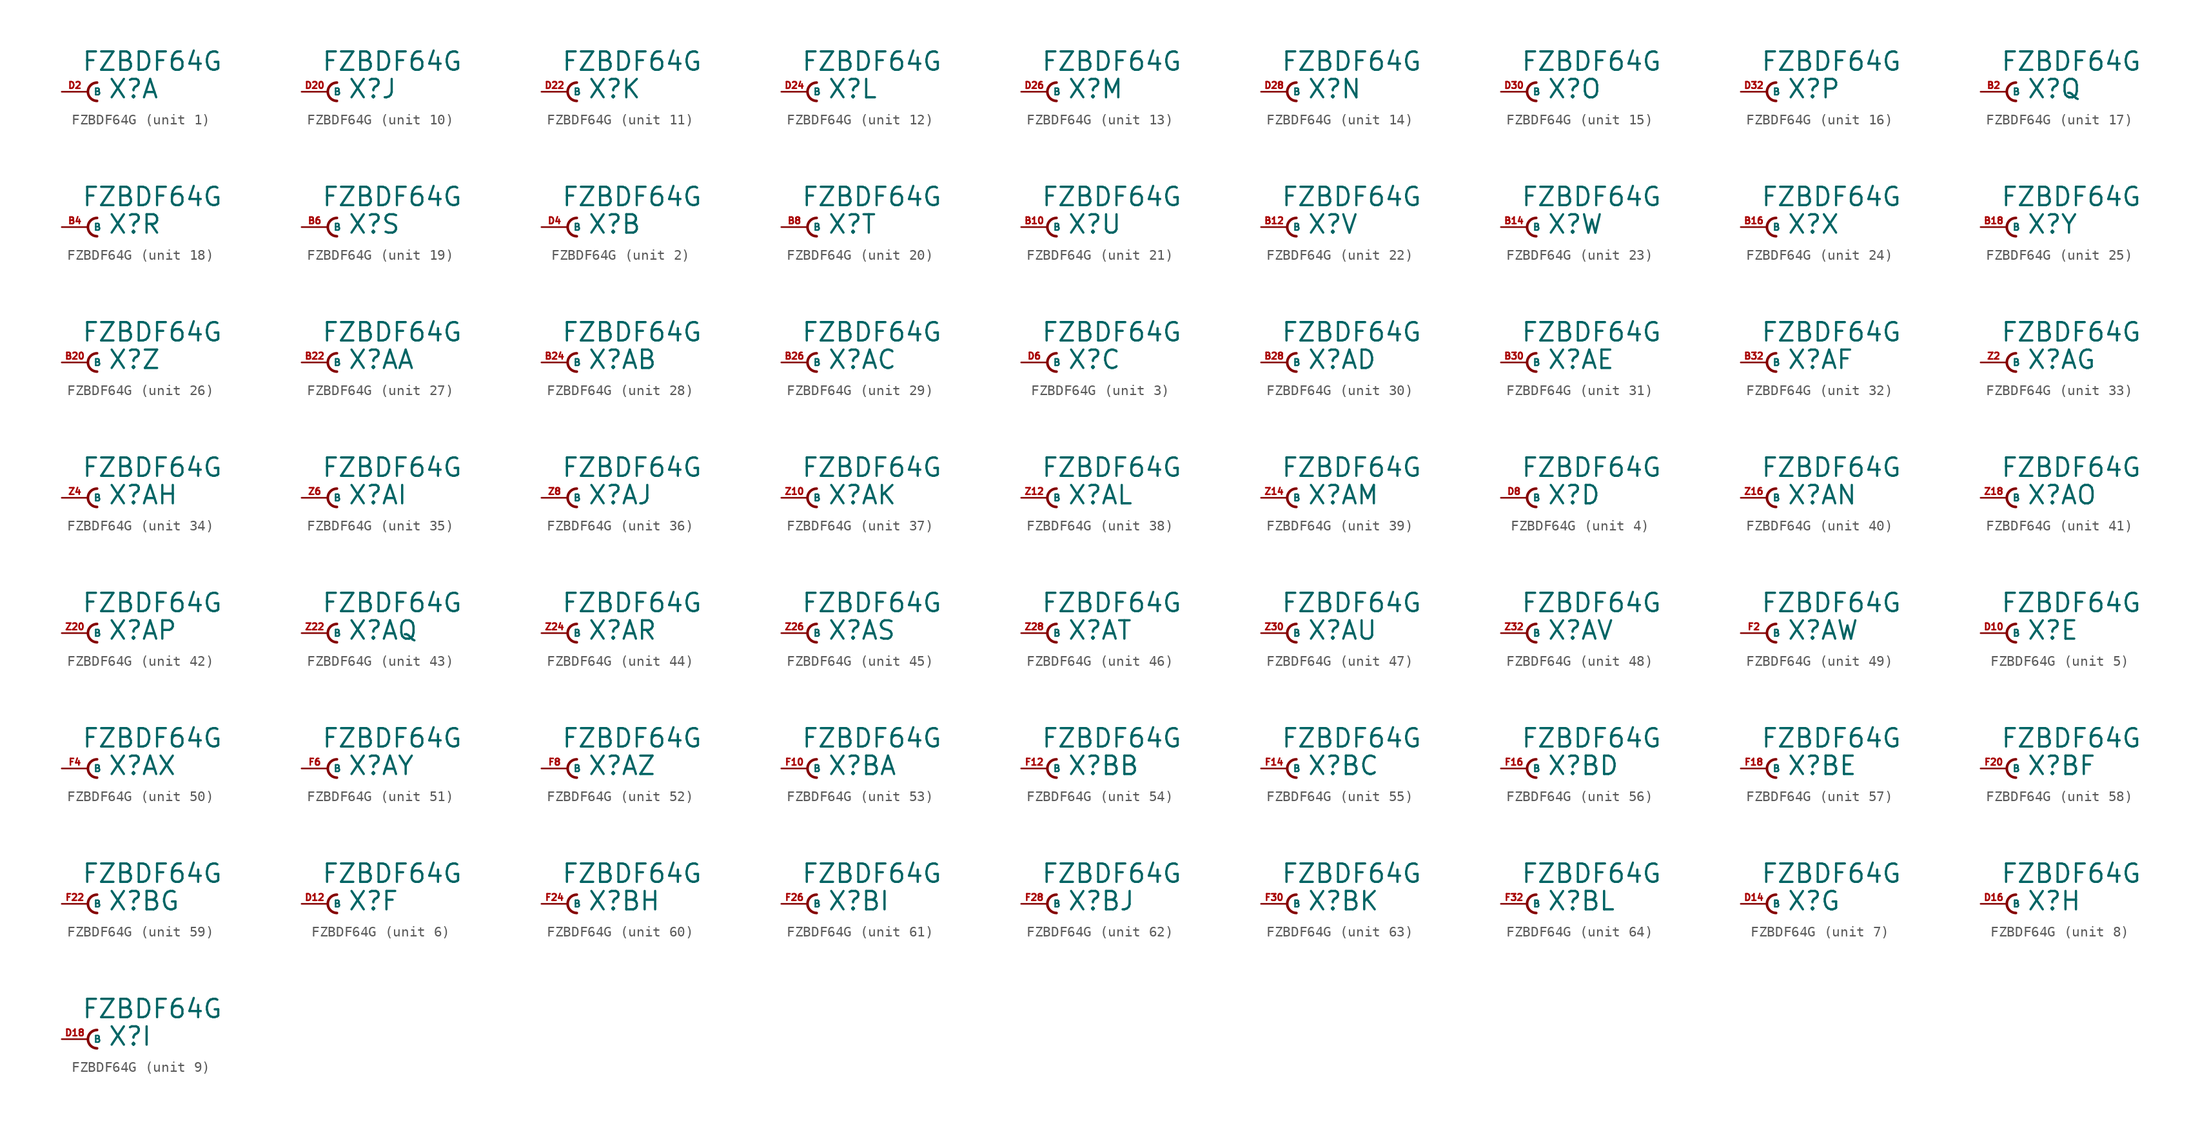
<source format=kicad_sym>
(kicad_symbol_lib
  (version 20220914)
  (generator Eagle2Kicad)
  (symbol "FZBDF64G"
    (property "Reference" "X"
      (at 1.905 -0.762 0)
      (effects (font (size 1.778 1.778) (thickness 0.22)) (justify left bottom)))
    (property "Value" "FZBDF64G"
      (at -0.635 1.905 0)
      (effects (font (size 1.778 1.778) (thickness 0.22)) (justify left bottom)))
    (symbol "FZBDF64G_1_0"
      (arc (start 0.889 0.889) (mid 0.000 0.000) (end 0.889 -0.889) (stroke (width 0.254) (type default)) (fill (type none)))
      (pin passive line (at -2.54 0 0) (length 2.54) (name "B" (effects (font (size 0.635 0.635) (thickness 0.08)) (justify left bottom))) (number "D2" (effects (font (size 0.635 0.635) (thickness 0.08)) (justify left bottom)))))
    (symbol "FZBDF64G_2_0"
      (arc (start 0.889 0.889) (mid 0.000 0.000) (end 0.889 -0.889) (stroke (width 0.254) (type default)) (fill (type none)))
      (pin passive line (at -2.54 0 0) (length 2.54) (name "B" (effects (font (size 0.635 0.635) (thickness 0.08)) (justify left bottom))) (number "D4" (effects (font (size 0.635 0.635) (thickness 0.08)) (justify left bottom)))))
    (symbol "FZBDF64G_3_0"
      (arc (start 0.889 0.889) (mid 0.000 0.000) (end 0.889 -0.889) (stroke (width 0.254) (type default)) (fill (type none)))
      (pin passive line (at -2.54 0 0) (length 2.54) (name "B" (effects (font (size 0.635 0.635) (thickness 0.08)) (justify left bottom))) (number "D6" (effects (font (size 0.635 0.635) (thickness 0.08)) (justify left bottom)))))
    (symbol "FZBDF64G_4_0"
      (arc (start 0.889 0.889) (mid 0.000 0.000) (end 0.889 -0.889) (stroke (width 0.254) (type default)) (fill (type none)))
      (pin passive line (at -2.54 0 0) (length 2.54) (name "B" (effects (font (size 0.635 0.635) (thickness 0.08)) (justify left bottom))) (number "D8" (effects (font (size 0.635 0.635) (thickness 0.08)) (justify left bottom)))))
    (symbol "FZBDF64G_5_0"
      (arc (start 0.889 0.889) (mid 0.000 0.000) (end 0.889 -0.889) (stroke (width 0.254) (type default)) (fill (type none)))
      (pin passive line (at -2.54 0 0) (length 2.54) (name "B" (effects (font (size 0.635 0.635) (thickness 0.08)) (justify left bottom))) (number "D10" (effects (font (size 0.635 0.635) (thickness 0.08)) (justify left bottom)))))
    (symbol "FZBDF64G_6_0"
      (arc (start 0.889 0.889) (mid 0.000 0.000) (end 0.889 -0.889) (stroke (width 0.254) (type default)) (fill (type none)))
      (pin passive line (at -2.54 0 0) (length 2.54) (name "B" (effects (font (size 0.635 0.635) (thickness 0.08)) (justify left bottom))) (number "D12" (effects (font (size 0.635 0.635) (thickness 0.08)) (justify left bottom)))))
    (symbol "FZBDF64G_7_0"
      (arc (start 0.889 0.889) (mid 0.000 0.000) (end 0.889 -0.889) (stroke (width 0.254) (type default)) (fill (type none)))
      (pin passive line (at -2.54 0 0) (length 2.54) (name "B" (effects (font (size 0.635 0.635) (thickness 0.08)) (justify left bottom))) (number "D14" (effects (font (size 0.635 0.635) (thickness 0.08)) (justify left bottom)))))
    (symbol "FZBDF64G_8_0"
      (arc (start 0.889 0.889) (mid 0.000 0.000) (end 0.889 -0.889) (stroke (width 0.254) (type default)) (fill (type none)))
      (pin passive line (at -2.54 0 0) (length 2.54) (name "B" (effects (font (size 0.635 0.635) (thickness 0.08)) (justify left bottom))) (number "D16" (effects (font (size 0.635 0.635) (thickness 0.08)) (justify left bottom)))))
    (symbol "FZBDF64G_9_0"
      (arc (start 0.889 0.889) (mid 0.000 0.000) (end 0.889 -0.889) (stroke (width 0.254) (type default)) (fill (type none)))
      (pin passive line (at -2.54 0 0) (length 2.54) (name "B" (effects (font (size 0.635 0.635) (thickness 0.08)) (justify left bottom))) (number "D18" (effects (font (size 0.635 0.635) (thickness 0.08)) (justify left bottom)))))
    (symbol "FZBDF64G_10_0"
      (arc (start 0.889 0.889) (mid 0.000 0.000) (end 0.889 -0.889) (stroke (width 0.254) (type default)) (fill (type none)))
      (pin passive line (at -2.54 0 0) (length 2.54) (name "B" (effects (font (size 0.635 0.635) (thickness 0.08)) (justify left bottom))) (number "D20" (effects (font (size 0.635 0.635) (thickness 0.08)) (justify left bottom)))))
    (symbol "FZBDF64G_11_0"
      (arc (start 0.889 0.889) (mid 0.000 0.000) (end 0.889 -0.889) (stroke (width 0.254) (type default)) (fill (type none)))
      (pin passive line (at -2.54 0 0) (length 2.54) (name "B" (effects (font (size 0.635 0.635) (thickness 0.08)) (justify left bottom))) (number "D22" (effects (font (size 0.635 0.635) (thickness 0.08)) (justify left bottom)))))
    (symbol "FZBDF64G_12_0"
      (arc (start 0.889 0.889) (mid 0.000 0.000) (end 0.889 -0.889) (stroke (width 0.254) (type default)) (fill (type none)))
      (pin passive line (at -2.54 0 0) (length 2.54) (name "B" (effects (font (size 0.635 0.635) (thickness 0.08)) (justify left bottom))) (number "D24" (effects (font (size 0.635 0.635) (thickness 0.08)) (justify left bottom)))))
    (symbol "FZBDF64G_13_0"
      (arc (start 0.889 0.889) (mid 0.000 0.000) (end 0.889 -0.889) (stroke (width 0.254) (type default)) (fill (type none)))
      (pin passive line (at -2.54 0 0) (length 2.54) (name "B" (effects (font (size 0.635 0.635) (thickness 0.08)) (justify left bottom))) (number "D26" (effects (font (size 0.635 0.635) (thickness 0.08)) (justify left bottom)))))
    (symbol "FZBDF64G_14_0"
      (arc (start 0.889 0.889) (mid 0.000 0.000) (end 0.889 -0.889) (stroke (width 0.254) (type default)) (fill (type none)))
      (pin passive line (at -2.54 0 0) (length 2.54) (name "B" (effects (font (size 0.635 0.635) (thickness 0.08)) (justify left bottom))) (number "D28" (effects (font (size 0.635 0.635) (thickness 0.08)) (justify left bottom)))))
    (symbol "FZBDF64G_15_0"
      (arc (start 0.889 0.889) (mid 0.000 0.000) (end 0.889 -0.889) (stroke (width 0.254) (type default)) (fill (type none)))
      (pin passive line (at -2.54 0 0) (length 2.54) (name "B" (effects (font (size 0.635 0.635) (thickness 0.08)) (justify left bottom))) (number "D30" (effects (font (size 0.635 0.635) (thickness 0.08)) (justify left bottom)))))
    (symbol "FZBDF64G_16_0"
      (arc (start 0.889 0.889) (mid 0.000 0.000) (end 0.889 -0.889) (stroke (width 0.254) (type default)) (fill (type none)))
      (pin passive line (at -2.54 0 0) (length 2.54) (name "B" (effects (font (size 0.635 0.635) (thickness 0.08)) (justify left bottom))) (number "D32" (effects (font (size 0.635 0.635) (thickness 0.08)) (justify left bottom)))))
    (symbol "FZBDF64G_17_0"
      (arc (start 0.889 0.889) (mid 0.000 0.000) (end 0.889 -0.889) (stroke (width 0.254) (type default)) (fill (type none)))
      (pin passive line (at -2.54 0 0) (length 2.54) (name "B" (effects (font (size 0.635 0.635) (thickness 0.08)) (justify left bottom))) (number "B2" (effects (font (size 0.635 0.635) (thickness 0.08)) (justify left bottom)))))
    (symbol "FZBDF64G_18_0"
      (arc (start 0.889 0.889) (mid 0.000 0.000) (end 0.889 -0.889) (stroke (width 0.254) (type default)) (fill (type none)))
      (pin passive line (at -2.54 0 0) (length 2.54) (name "B" (effects (font (size 0.635 0.635) (thickness 0.08)) (justify left bottom))) (number "B4" (effects (font (size 0.635 0.635) (thickness 0.08)) (justify left bottom)))))
    (symbol "FZBDF64G_19_0"
      (arc (start 0.889 0.889) (mid 0.000 0.000) (end 0.889 -0.889) (stroke (width 0.254) (type default)) (fill (type none)))
      (pin passive line (at -2.54 0 0) (length 2.54) (name "B" (effects (font (size 0.635 0.635) (thickness 0.08)) (justify left bottom))) (number "B6" (effects (font (size 0.635 0.635) (thickness 0.08)) (justify left bottom)))))
    (symbol "FZBDF64G_20_0"
      (arc (start 0.889 0.889) (mid 0.000 0.000) (end 0.889 -0.889) (stroke (width 0.254) (type default)) (fill (type none)))
      (pin passive line (at -2.54 0 0) (length 2.54) (name "B" (effects (font (size 0.635 0.635) (thickness 0.08)) (justify left bottom))) (number "B8" (effects (font (size 0.635 0.635) (thickness 0.08)) (justify left bottom)))))
    (symbol "FZBDF64G_21_0"
      (arc (start 0.889 0.889) (mid 0.000 0.000) (end 0.889 -0.889) (stroke (width 0.254) (type default)) (fill (type none)))
      (pin passive line (at -2.54 0 0) (length 2.54) (name "B" (effects (font (size 0.635 0.635) (thickness 0.08)) (justify left bottom))) (number "B10" (effects (font (size 0.635 0.635) (thickness 0.08)) (justify left bottom)))))
    (symbol "FZBDF64G_22_0"
      (arc (start 0.889 0.889) (mid 0.000 0.000) (end 0.889 -0.889) (stroke (width 0.254) (type default)) (fill (type none)))
      (pin passive line (at -2.54 0 0) (length 2.54) (name "B" (effects (font (size 0.635 0.635) (thickness 0.08)) (justify left bottom))) (number "B12" (effects (font (size 0.635 0.635) (thickness 0.08)) (justify left bottom)))))
    (symbol "FZBDF64G_23_0"
      (arc (start 0.889 0.889) (mid 0.000 0.000) (end 0.889 -0.889) (stroke (width 0.254) (type default)) (fill (type none)))
      (pin passive line (at -2.54 0 0) (length 2.54) (name "B" (effects (font (size 0.635 0.635) (thickness 0.08)) (justify left bottom))) (number "B14" (effects (font (size 0.635 0.635) (thickness 0.08)) (justify left bottom)))))
    (symbol "FZBDF64G_24_0"
      (arc (start 0.889 0.889) (mid 0.000 0.000) (end 0.889 -0.889) (stroke (width 0.254) (type default)) (fill (type none)))
      (pin passive line (at -2.54 0 0) (length 2.54) (name "B" (effects (font (size 0.635 0.635) (thickness 0.08)) (justify left bottom))) (number "B16" (effects (font (size 0.635 0.635) (thickness 0.08)) (justify left bottom)))))
    (symbol "FZBDF64G_25_0"
      (arc (start 0.889 0.889) (mid 0.000 0.000) (end 0.889 -0.889) (stroke (width 0.254) (type default)) (fill (type none)))
      (pin passive line (at -2.54 0 0) (length 2.54) (name "B" (effects (font (size 0.635 0.635) (thickness 0.08)) (justify left bottom))) (number "B18" (effects (font (size 0.635 0.635) (thickness 0.08)) (justify left bottom)))))
    (symbol "FZBDF64G_26_0"
      (arc (start 0.889 0.889) (mid 0.000 0.000) (end 0.889 -0.889) (stroke (width 0.254) (type default)) (fill (type none)))
      (pin passive line (at -2.54 0 0) (length 2.54) (name "B" (effects (font (size 0.635 0.635) (thickness 0.08)) (justify left bottom))) (number "B20" (effects (font (size 0.635 0.635) (thickness 0.08)) (justify left bottom)))))
    (symbol "FZBDF64G_27_0"
      (arc (start 0.889 0.889) (mid 0.000 0.000) (end 0.889 -0.889) (stroke (width 0.254) (type default)) (fill (type none)))
      (pin passive line (at -2.54 0 0) (length 2.54) (name "B" (effects (font (size 0.635 0.635) (thickness 0.08)) (justify left bottom))) (number "B22" (effects (font (size 0.635 0.635) (thickness 0.08)) (justify left bottom)))))
    (symbol "FZBDF64G_28_0"
      (arc (start 0.889 0.889) (mid 0.000 0.000) (end 0.889 -0.889) (stroke (width 0.254) (type default)) (fill (type none)))
      (pin passive line (at -2.54 0 0) (length 2.54) (name "B" (effects (font (size 0.635 0.635) (thickness 0.08)) (justify left bottom))) (number "B24" (effects (font (size 0.635 0.635) (thickness 0.08)) (justify left bottom)))))
    (symbol "FZBDF64G_29_0"
      (arc (start 0.889 0.889) (mid 0.000 0.000) (end 0.889 -0.889) (stroke (width 0.254) (type default)) (fill (type none)))
      (pin passive line (at -2.54 0 0) (length 2.54) (name "B" (effects (font (size 0.635 0.635) (thickness 0.08)) (justify left bottom))) (number "B26" (effects (font (size 0.635 0.635) (thickness 0.08)) (justify left bottom)))))
    (symbol "FZBDF64G_30_0"
      (arc (start 0.889 0.889) (mid 0.000 0.000) (end 0.889 -0.889) (stroke (width 0.254) (type default)) (fill (type none)))
      (pin passive line (at -2.54 0 0) (length 2.54) (name "B" (effects (font (size 0.635 0.635) (thickness 0.08)) (justify left bottom))) (number "B28" (effects (font (size 0.635 0.635) (thickness 0.08)) (justify left bottom)))))
    (symbol "FZBDF64G_31_0"
      (arc (start 0.889 0.889) (mid 0.000 0.000) (end 0.889 -0.889) (stroke (width 0.254) (type default)) (fill (type none)))
      (pin passive line (at -2.54 0 0) (length 2.54) (name "B" (effects (font (size 0.635 0.635) (thickness 0.08)) (justify left bottom))) (number "B30" (effects (font (size 0.635 0.635) (thickness 0.08)) (justify left bottom)))))
    (symbol "FZBDF64G_32_0"
      (arc (start 0.889 0.889) (mid 0.000 0.000) (end 0.889 -0.889) (stroke (width 0.254) (type default)) (fill (type none)))
      (pin passive line (at -2.54 0 0) (length 2.54) (name "B" (effects (font (size 0.635 0.635) (thickness 0.08)) (justify left bottom))) (number "B32" (effects (font (size 0.635 0.635) (thickness 0.08)) (justify left bottom)))))
    (symbol "FZBDF64G_33_0"
      (arc (start 0.889 0.889) (mid 0.000 0.000) (end 0.889 -0.889) (stroke (width 0.254) (type default)) (fill (type none)))
      (pin passive line (at -2.54 0 0) (length 2.54) (name "B" (effects (font (size 0.635 0.635) (thickness 0.08)) (justify left bottom))) (number "Z2" (effects (font (size 0.635 0.635) (thickness 0.08)) (justify left bottom)))))
    (symbol "FZBDF64G_34_0"
      (arc (start 0.889 0.889) (mid 0.000 0.000) (end 0.889 -0.889) (stroke (width 0.254) (type default)) (fill (type none)))
      (pin passive line (at -2.54 0 0) (length 2.54) (name "B" (effects (font (size 0.635 0.635) (thickness 0.08)) (justify left bottom))) (number "Z4" (effects (font (size 0.635 0.635) (thickness 0.08)) (justify left bottom)))))
    (symbol "FZBDF64G_35_0"
      (arc (start 0.889 0.889) (mid 0.000 0.000) (end 0.889 -0.889) (stroke (width 0.254) (type default)) (fill (type none)))
      (pin passive line (at -2.54 0 0) (length 2.54) (name "B" (effects (font (size 0.635 0.635) (thickness 0.08)) (justify left bottom))) (number "Z6" (effects (font (size 0.635 0.635) (thickness 0.08)) (justify left bottom)))))
    (symbol "FZBDF64G_36_0"
      (arc (start 0.889 0.889) (mid 0.000 0.000) (end 0.889 -0.889) (stroke (width 0.254) (type default)) (fill (type none)))
      (pin passive line (at -2.54 0 0) (length 2.54) (name "B" (effects (font (size 0.635 0.635) (thickness 0.08)) (justify left bottom))) (number "Z8" (effects (font (size 0.635 0.635) (thickness 0.08)) (justify left bottom)))))
    (symbol "FZBDF64G_37_0"
      (arc (start 0.889 0.889) (mid 0.000 0.000) (end 0.889 -0.889) (stroke (width 0.254) (type default)) (fill (type none)))
      (pin passive line (at -2.54 0 0) (length 2.54) (name "B" (effects (font (size 0.635 0.635) (thickness 0.08)) (justify left bottom))) (number "Z10" (effects (font (size 0.635 0.635) (thickness 0.08)) (justify left bottom)))))
    (symbol "FZBDF64G_38_0"
      (arc (start 0.889 0.889) (mid 0.000 0.000) (end 0.889 -0.889) (stroke (width 0.254) (type default)) (fill (type none)))
      (pin passive line (at -2.54 0 0) (length 2.54) (name "B" (effects (font (size 0.635 0.635) (thickness 0.08)) (justify left bottom))) (number "Z12" (effects (font (size 0.635 0.635) (thickness 0.08)) (justify left bottom)))))
    (symbol "FZBDF64G_39_0"
      (arc (start 0.889 0.889) (mid 0.000 0.000) (end 0.889 -0.889) (stroke (width 0.254) (type default)) (fill (type none)))
      (pin passive line (at -2.54 0 0) (length 2.54) (name "B" (effects (font (size 0.635 0.635) (thickness 0.08)) (justify left bottom))) (number "Z14" (effects (font (size 0.635 0.635) (thickness 0.08)) (justify left bottom)))))
    (symbol "FZBDF64G_40_0"
      (arc (start 0.889 0.889) (mid 0.000 0.000) (end 0.889 -0.889) (stroke (width 0.254) (type default)) (fill (type none)))
      (pin passive line (at -2.54 0 0) (length 2.54) (name "B" (effects (font (size 0.635 0.635) (thickness 0.08)) (justify left bottom))) (number "Z16" (effects (font (size 0.635 0.635) (thickness 0.08)) (justify left bottom)))))
    (symbol "FZBDF64G_41_0"
      (arc (start 0.889 0.889) (mid 0.000 0.000) (end 0.889 -0.889) (stroke (width 0.254) (type default)) (fill (type none)))
      (pin passive line (at -2.54 0 0) (length 2.54) (name "B" (effects (font (size 0.635 0.635) (thickness 0.08)) (justify left bottom))) (number "Z18" (effects (font (size 0.635 0.635) (thickness 0.08)) (justify left bottom)))))
    (symbol "FZBDF64G_42_0"
      (arc (start 0.889 0.889) (mid 0.000 0.000) (end 0.889 -0.889) (stroke (width 0.254) (type default)) (fill (type none)))
      (pin passive line (at -2.54 0 0) (length 2.54) (name "B" (effects (font (size 0.635 0.635) (thickness 0.08)) (justify left bottom))) (number "Z20" (effects (font (size 0.635 0.635) (thickness 0.08)) (justify left bottom)))))
    (symbol "FZBDF64G_43_0"
      (arc (start 0.889 0.889) (mid 0.000 0.000) (end 0.889 -0.889) (stroke (width 0.254) (type default)) (fill (type none)))
      (pin passive line (at -2.54 0 0) (length 2.54) (name "B" (effects (font (size 0.635 0.635) (thickness 0.08)) (justify left bottom))) (number "Z22" (effects (font (size 0.635 0.635) (thickness 0.08)) (justify left bottom)))))
    (symbol "FZBDF64G_44_0"
      (arc (start 0.889 0.889) (mid 0.000 0.000) (end 0.889 -0.889) (stroke (width 0.254) (type default)) (fill (type none)))
      (pin passive line (at -2.54 0 0) (length 2.54) (name "B" (effects (font (size 0.635 0.635) (thickness 0.08)) (justify left bottom))) (number "Z24" (effects (font (size 0.635 0.635) (thickness 0.08)) (justify left bottom)))))
    (symbol "FZBDF64G_45_0"
      (arc (start 0.889 0.889) (mid 0.000 0.000) (end 0.889 -0.889) (stroke (width 0.254) (type default)) (fill (type none)))
      (pin passive line (at -2.54 0 0) (length 2.54) (name "B" (effects (font (size 0.635 0.635) (thickness 0.08)) (justify left bottom))) (number "Z26" (effects (font (size 0.635 0.635) (thickness 0.08)) (justify left bottom)))))
    (symbol "FZBDF64G_46_0"
      (arc (start 0.889 0.889) (mid 0.000 0.000) (end 0.889 -0.889) (stroke (width 0.254) (type default)) (fill (type none)))
      (pin passive line (at -2.54 0 0) (length 2.54) (name "B" (effects (font (size 0.635 0.635) (thickness 0.08)) (justify left bottom))) (number "Z28" (effects (font (size 0.635 0.635) (thickness 0.08)) (justify left bottom)))))
    (symbol "FZBDF64G_47_0"
      (arc (start 0.889 0.889) (mid 0.000 0.000) (end 0.889 -0.889) (stroke (width 0.254) (type default)) (fill (type none)))
      (pin passive line (at -2.54 0 0) (length 2.54) (name "B" (effects (font (size 0.635 0.635) (thickness 0.08)) (justify left bottom))) (number "Z30" (effects (font (size 0.635 0.635) (thickness 0.08)) (justify left bottom)))))
    (symbol "FZBDF64G_48_0"
      (arc (start 0.889 0.889) (mid 0.000 0.000) (end 0.889 -0.889) (stroke (width 0.254) (type default)) (fill (type none)))
      (pin passive line (at -2.54 0 0) (length 2.54) (name "B" (effects (font (size 0.635 0.635) (thickness 0.08)) (justify left bottom))) (number "Z32" (effects (font (size 0.635 0.635) (thickness 0.08)) (justify left bottom)))))
    (symbol "FZBDF64G_49_0"
      (arc (start 0.889 0.889) (mid 0.000 0.000) (end 0.889 -0.889) (stroke (width 0.254) (type default)) (fill (type none)))
      (pin passive line (at -2.54 0 0) (length 2.54) (name "B" (effects (font (size 0.635 0.635) (thickness 0.08)) (justify left bottom))) (number "F2" (effects (font (size 0.635 0.635) (thickness 0.08)) (justify left bottom)))))
    (symbol "FZBDF64G_50_0"
      (arc (start 0.889 0.889) (mid 0.000 0.000) (end 0.889 -0.889) (stroke (width 0.254) (type default)) (fill (type none)))
      (pin passive line (at -2.54 0 0) (length 2.54) (name "B" (effects (font (size 0.635 0.635) (thickness 0.08)) (justify left bottom))) (number "F4" (effects (font (size 0.635 0.635) (thickness 0.08)) (justify left bottom)))))
    (symbol "FZBDF64G_51_0"
      (arc (start 0.889 0.889) (mid 0.000 0.000) (end 0.889 -0.889) (stroke (width 0.254) (type default)) (fill (type none)))
      (pin passive line (at -2.54 0 0) (length 2.54) (name "B" (effects (font (size 0.635 0.635) (thickness 0.08)) (justify left bottom))) (number "F6" (effects (font (size 0.635 0.635) (thickness 0.08)) (justify left bottom)))))
    (symbol "FZBDF64G_52_0"
      (arc (start 0.889 0.889) (mid 0.000 0.000) (end 0.889 -0.889) (stroke (width 0.254) (type default)) (fill (type none)))
      (pin passive line (at -2.54 0 0) (length 2.54) (name "B" (effects (font (size 0.635 0.635) (thickness 0.08)) (justify left bottom))) (number "F8" (effects (font (size 0.635 0.635) (thickness 0.08)) (justify left bottom)))))
    (symbol "FZBDF64G_53_0"
      (arc (start 0.889 0.889) (mid 0.000 0.000) (end 0.889 -0.889) (stroke (width 0.254) (type default)) (fill (type none)))
      (pin passive line (at -2.54 0 0) (length 2.54) (name "B" (effects (font (size 0.635 0.635) (thickness 0.08)) (justify left bottom))) (number "F10" (effects (font (size 0.635 0.635) (thickness 0.08)) (justify left bottom)))))
    (symbol "FZBDF64G_54_0"
      (arc (start 0.889 0.889) (mid 0.000 0.000) (end 0.889 -0.889) (stroke (width 0.254) (type default)) (fill (type none)))
      (pin passive line (at -2.54 0 0) (length 2.54) (name "B" (effects (font (size 0.635 0.635) (thickness 0.08)) (justify left bottom))) (number "F12" (effects (font (size 0.635 0.635) (thickness 0.08)) (justify left bottom)))))
    (symbol "FZBDF64G_55_0"
      (arc (start 0.889 0.889) (mid 0.000 0.000) (end 0.889 -0.889) (stroke (width 0.254) (type default)) (fill (type none)))
      (pin passive line (at -2.54 0 0) (length 2.54) (name "B" (effects (font (size 0.635 0.635) (thickness 0.08)) (justify left bottom))) (number "F14" (effects (font (size 0.635 0.635) (thickness 0.08)) (justify left bottom)))))
    (symbol "FZBDF64G_56_0"
      (arc (start 0.889 0.889) (mid 0.000 0.000) (end 0.889 -0.889) (stroke (width 0.254) (type default)) (fill (type none)))
      (pin passive line (at -2.54 0 0) (length 2.54) (name "B" (effects (font (size 0.635 0.635) (thickness 0.08)) (justify left bottom))) (number "F16" (effects (font (size 0.635 0.635) (thickness 0.08)) (justify left bottom)))))
    (symbol "FZBDF64G_57_0"
      (arc (start 0.889 0.889) (mid 0.000 0.000) (end 0.889 -0.889) (stroke (width 0.254) (type default)) (fill (type none)))
      (pin passive line (at -2.54 0 0) (length 2.54) (name "B" (effects (font (size 0.635 0.635) (thickness 0.08)) (justify left bottom))) (number "F18" (effects (font (size 0.635 0.635) (thickness 0.08)) (justify left bottom)))))
    (symbol "FZBDF64G_58_0"
      (arc (start 0.889 0.889) (mid 0.000 0.000) (end 0.889 -0.889) (stroke (width 0.254) (type default)) (fill (type none)))
      (pin passive line (at -2.54 0 0) (length 2.54) (name "B" (effects (font (size 0.635 0.635) (thickness 0.08)) (justify left bottom))) (number "F20" (effects (font (size 0.635 0.635) (thickness 0.08)) (justify left bottom)))))
    (symbol "FZBDF64G_59_0"
      (arc (start 0.889 0.889) (mid 0.000 0.000) (end 0.889 -0.889) (stroke (width 0.254) (type default)) (fill (type none)))
      (pin passive line (at -2.54 0 0) (length 2.54) (name "B" (effects (font (size 0.635 0.635) (thickness 0.08)) (justify left bottom))) (number "F22" (effects (font (size 0.635 0.635) (thickness 0.08)) (justify left bottom)))))
    (symbol "FZBDF64G_60_0"
      (arc (start 0.889 0.889) (mid 0.000 0.000) (end 0.889 -0.889) (stroke (width 0.254) (type default)) (fill (type none)))
      (pin passive line (at -2.54 0 0) (length 2.54) (name "B" (effects (font (size 0.635 0.635) (thickness 0.08)) (justify left bottom))) (number "F24" (effects (font (size 0.635 0.635) (thickness 0.08)) (justify left bottom)))))
    (symbol "FZBDF64G_61_0"
      (arc (start 0.889 0.889) (mid 0.000 0.000) (end 0.889 -0.889) (stroke (width 0.254) (type default)) (fill (type none)))
      (pin passive line (at -2.54 0 0) (length 2.54) (name "B" (effects (font (size 0.635 0.635) (thickness 0.08)) (justify left bottom))) (number "F26" (effects (font (size 0.635 0.635) (thickness 0.08)) (justify left bottom)))))
    (symbol "FZBDF64G_62_0"
      (arc (start 0.889 0.889) (mid 0.000 0.000) (end 0.889 -0.889) (stroke (width 0.254) (type default)) (fill (type none)))
      (pin passive line (at -2.54 0 0) (length 2.54) (name "B" (effects (font (size 0.635 0.635) (thickness 0.08)) (justify left bottom))) (number "F28" (effects (font (size 0.635 0.635) (thickness 0.08)) (justify left bottom)))))
    (symbol "FZBDF64G_63_0"
      (arc (start 0.889 0.889) (mid 0.000 0.000) (end 0.889 -0.889) (stroke (width 0.254) (type default)) (fill (type none)))
      (pin passive line (at -2.54 0 0) (length 2.54) (name "B" (effects (font (size 0.635 0.635) (thickness 0.08)) (justify left bottom))) (number "F30" (effects (font (size 0.635 0.635) (thickness 0.08)) (justify left bottom)))))
    (symbol "FZBDF64G_64_0"
      (arc (start 0.889 0.889) (mid 0.000 0.000) (end 0.889 -0.889) (stroke (width 0.254) (type default)) (fill (type none)))
      (pin passive line (at -2.54 0 0) (length 2.54) (name "B" (effects (font (size 0.635 0.635) (thickness 0.08)) (justify left bottom))) (number "F32" (effects (font (size 0.635 0.635) (thickness 0.08)) (justify left bottom)))))))
</source>
